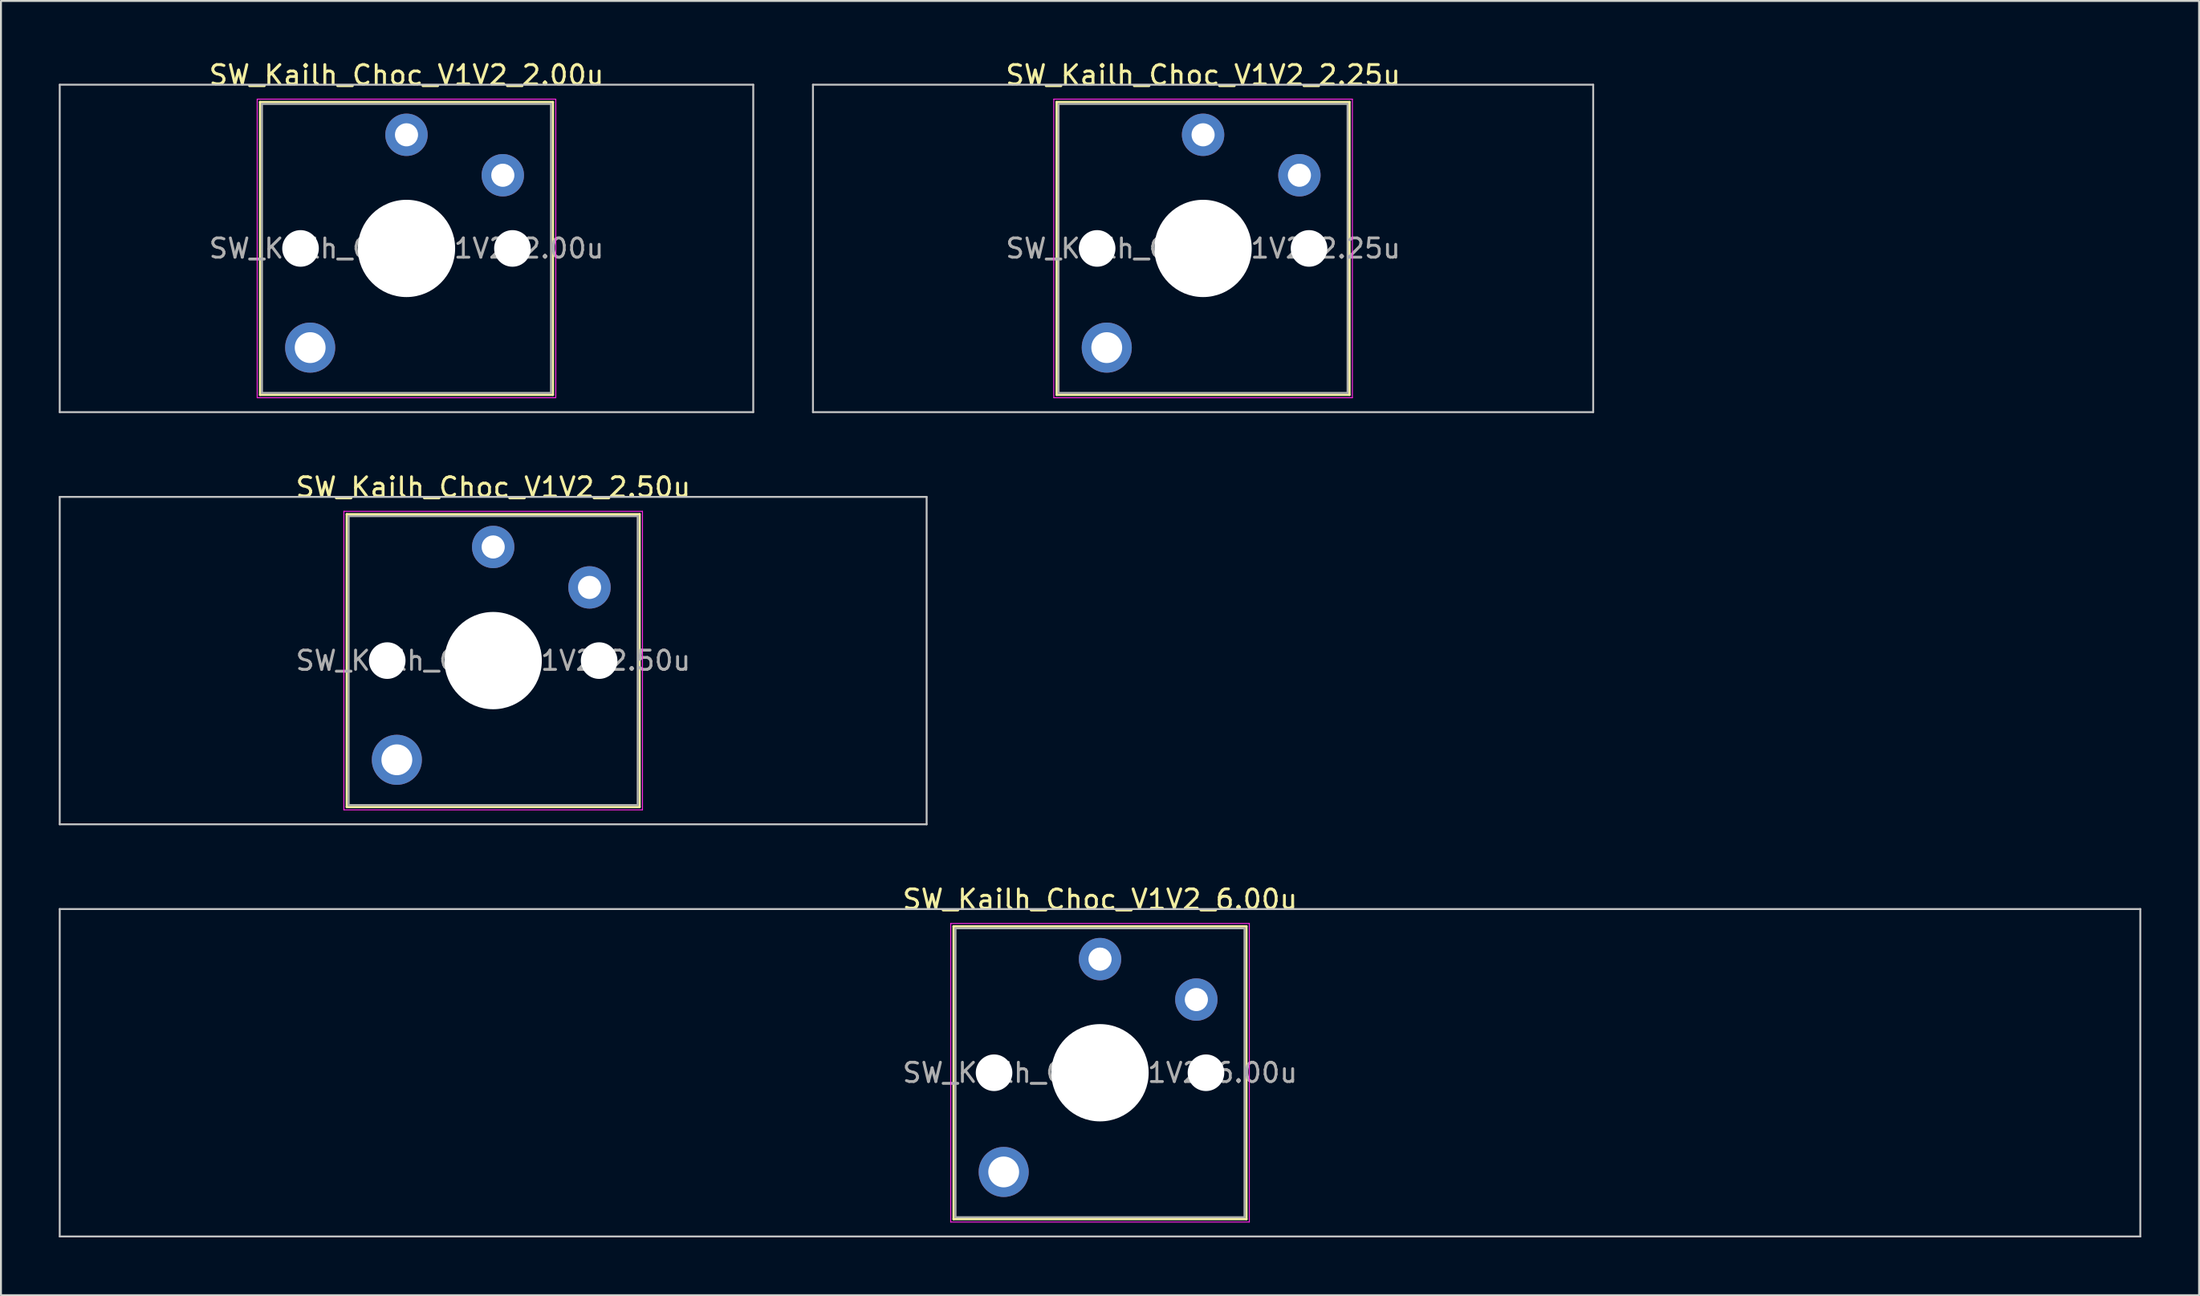
<source format=kicad_pcb>
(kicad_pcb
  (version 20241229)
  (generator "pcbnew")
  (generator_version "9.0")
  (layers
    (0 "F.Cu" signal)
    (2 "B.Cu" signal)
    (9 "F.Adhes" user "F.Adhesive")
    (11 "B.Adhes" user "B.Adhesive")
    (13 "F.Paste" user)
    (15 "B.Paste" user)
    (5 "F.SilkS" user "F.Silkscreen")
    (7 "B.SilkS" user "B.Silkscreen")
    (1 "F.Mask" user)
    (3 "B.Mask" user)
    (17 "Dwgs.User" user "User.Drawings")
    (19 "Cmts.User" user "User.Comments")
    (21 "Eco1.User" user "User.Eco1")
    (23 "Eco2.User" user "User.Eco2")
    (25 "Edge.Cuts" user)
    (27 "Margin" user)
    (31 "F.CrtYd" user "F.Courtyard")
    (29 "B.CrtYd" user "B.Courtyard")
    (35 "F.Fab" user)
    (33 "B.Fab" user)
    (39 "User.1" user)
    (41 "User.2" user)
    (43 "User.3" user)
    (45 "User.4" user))
  (footprint "SW_Kailh_Choc_V1V2_6.00u"
    (layer "F.Cu")
    (at 54.05 52.645)
    (property "Reference" "SW_Kailh_Choc_V1V2_6.00u" (at 0 -9 0) (layer "F.SilkS") (effects (font (size 1 1) (thickness 0.15))))
    (attr through_hole)
    (fp_line (start -7.6 -7.6) (end -7.6 7.6) (stroke (width 0.12) (type solid)) (layer "F.SilkS"))
    (fp_line (start -7.6 7.6) (end 7.6 7.6) (stroke (width 0.12) (type solid)) (layer "F.SilkS"))
    (fp_line (start 7.6 -7.6) (end -7.6 -7.6) (stroke (width 0.12) (type solid)) (layer "F.SilkS"))
    (fp_line (start 7.6 7.6) (end 7.6 -7.6) (stroke (width 0.12) (type solid)) (layer "F.SilkS"))
    (fp_line (start -54 -8.5) (end -54 8.5) (stroke (width 0.1) (type solid)) (layer "Dwgs.User"))
    (fp_line (start -54 8.5) (end 54 8.5) (stroke (width 0.1) (type solid)) (layer "Dwgs.User"))
    (fp_line (start 54 -8.5) (end -54 -8.5) (stroke (width 0.1) (type solid)) (layer "Dwgs.User"))
    (fp_line (start 54 8.5) (end 54 -8.5) (stroke (width 0.1) (type solid)) (layer "Dwgs.User"))
    (fp_line (start -7.25 -7.25) (end -7.25 7.25) (stroke (width 0.1) (type solid)) (layer "Eco1.User"))
    (fp_line (start -7.25 7.25) (end 7.25 7.25) (stroke (width 0.1) (type solid)) (layer "Eco1.User"))
    (fp_line (start 7.25 -7.25) (end -7.25 -7.25) (stroke (width 0.1) (type solid)) (layer "Eco1.User"))
    (fp_line (start 7.25 7.25) (end 7.25 -7.25) (stroke (width 0.1) (type solid)) (layer "Eco1.User"))
    (fp_line (start -7.75 -7.75) (end -7.75 7.75) (stroke (width 0.05) (type solid)) (layer "F.CrtYd"))
    (fp_line (start -7.75 7.75) (end 7.75 7.75) (stroke (width 0.05) (type solid)) (layer "F.CrtYd"))
    (fp_line (start 7.75 -7.75) (end -7.75 -7.75) (stroke (width 0.05) (type solid)) (layer "F.CrtYd"))
    (fp_line (start 7.75 7.75) (end 7.75 -7.75) (stroke (width 0.05) (type solid)) (layer "F.CrtYd"))
    (fp_line (start -7.5 -7.5) (end -7.5 7.5) (stroke (width 0.1) (type solid)) (layer "F.Fab"))
    (fp_line (start -7.5 7.5) (end 7.5 7.5) (stroke (width 0.1) (type solid)) (layer "F.Fab"))
    (fp_line (start 7.5 -7.5) (end -7.5 -7.5) (stroke (width 0.1) (type solid)) (layer "F.Fab"))
    (fp_line (start 7.5 7.5) (end 7.5 -7.5) (stroke (width 0.1) (type solid)) (layer "F.Fab"))
    (fp_text user "${REFERENCE}" (at 0 0 0) (layer "F.Fab") (effects (font (size 1 1) (thickness 0.15))))
    (pad "" np_thru_hole circle (at -5.5 0) (size 1.9 1.9) (drill 1.9) (layers "*.Cu" "*.Mask"))
    (pad "" thru_hole circle (at -5 5.15) (size 2.6 2.6) (drill 1.6) (layers "*.Cu" "*.Mask"))
    (pad "" np_thru_hole circle (at 0 0) (size 5.05 5.05) (drill 5.05) (layers "*.Cu" "*.Mask"))
    (pad "" np_thru_hole circle (at 5.5 0) (size 1.9 1.9) (drill 1.9) (layers "*.Cu" "*.Mask"))
    (pad "1" thru_hole circle (at 0 -5.9) (size 2.2 2.2) (drill 1.2) (layers "*.Cu" "*.Mask"))
    (pad "2" thru_hole circle (at 5 -3.8) (size 2.2 2.2) (drill 1.2) (layers "*.Cu" "*.Mask")))
  (footprint "SW_Kailh_Choc_V1V2_2.50u"
    (layer "F.Cu")
    (at 22.55 31.247)
    (property "Reference" "SW_Kailh_Choc_V1V2_2.50u" (at 0 -9 0) (layer "F.SilkS") (effects (font (size 1 1) (thickness 0.15))))
    (attr through_hole)
    (fp_line (start -7.6 -7.6) (end -7.6 7.6) (stroke (width 0.12) (type solid)) (layer "F.SilkS"))
    (fp_line (start -7.6 7.6) (end 7.6 7.6) (stroke (width 0.12) (type solid)) (layer "F.SilkS"))
    (fp_line (start 7.6 -7.6) (end -7.6 -7.6) (stroke (width 0.12) (type solid)) (layer "F.SilkS"))
    (fp_line (start 7.6 7.6) (end 7.6 -7.6) (stroke (width 0.12) (type solid)) (layer "F.SilkS"))
    (fp_line (start -22.5 -8.5) (end -22.5 8.5) (stroke (width 0.1) (type solid)) (layer "Dwgs.User"))
    (fp_line (start -22.5 8.5) (end 22.5 8.5) (stroke (width 0.1) (type solid)) (layer "Dwgs.User"))
    (fp_line (start 22.5 -8.5) (end -22.5 -8.5) (stroke (width 0.1) (type solid)) (layer "Dwgs.User"))
    (fp_line (start 22.5 8.5) (end 22.5 -8.5) (stroke (width 0.1) (type solid)) (layer "Dwgs.User"))
    (fp_line (start -7.25 -7.25) (end -7.25 7.25) (stroke (width 0.1) (type solid)) (layer "Eco1.User"))
    (fp_line (start -7.25 7.25) (end 7.25 7.25) (stroke (width 0.1) (type solid)) (layer "Eco1.User"))
    (fp_line (start 7.25 -7.25) (end -7.25 -7.25) (stroke (width 0.1) (type solid)) (layer "Eco1.User"))
    (fp_line (start 7.25 7.25) (end 7.25 -7.25) (stroke (width 0.1) (type solid)) (layer "Eco1.User"))
    (fp_line (start -7.75 -7.75) (end -7.75 7.75) (stroke (width 0.05) (type solid)) (layer "F.CrtYd"))
    (fp_line (start -7.75 7.75) (end 7.75 7.75) (stroke (width 0.05) (type solid)) (layer "F.CrtYd"))
    (fp_line (start 7.75 -7.75) (end -7.75 -7.75) (stroke (width 0.05) (type solid)) (layer "F.CrtYd"))
    (fp_line (start 7.75 7.75) (end 7.75 -7.75) (stroke (width 0.05) (type solid)) (layer "F.CrtYd"))
    (fp_line (start -7.5 -7.5) (end -7.5 7.5) (stroke (width 0.1) (type solid)) (layer "F.Fab"))
    (fp_line (start -7.5 7.5) (end 7.5 7.5) (stroke (width 0.1) (type solid)) (layer "F.Fab"))
    (fp_line (start 7.5 -7.5) (end -7.5 -7.5) (stroke (width 0.1) (type solid)) (layer "F.Fab"))
    (fp_line (start 7.5 7.5) (end 7.5 -7.5) (stroke (width 0.1) (type solid)) (layer "F.Fab"))
    (fp_text user "${REFERENCE}" (at 0 0 0) (layer "F.Fab") (effects (font (size 1 1) (thickness 0.15))))
    (pad "" np_thru_hole circle (at -5.5 0) (size 1.9 1.9) (drill 1.9) (layers "*.Cu" "*.Mask"))
    (pad "" thru_hole circle (at -5 5.15) (size 2.6 2.6) (drill 1.6) (layers "*.Cu" "*.Mask"))
    (pad "" np_thru_hole circle (at 0 0) (size 5.05 5.05) (drill 5.05) (layers "*.Cu" "*.Mask"))
    (pad "" np_thru_hole circle (at 5.5 0) (size 1.9 1.9) (drill 1.9) (layers "*.Cu" "*.Mask"))
    (pad "1" thru_hole circle (at 0 -5.9) (size 2.2 2.2) (drill 1.2) (layers "*.Cu" "*.Mask"))
    (pad "2" thru_hole circle (at 5 -3.8) (size 2.2 2.2) (drill 1.2) (layers "*.Cu" "*.Mask")))
  (footprint "SW_Kailh_Choc_V1V2_2.25u"
    (layer "F.Cu")
    (at 59.4 9.848)
    (property "Reference" "SW_Kailh_Choc_V1V2_2.25u" (at 0 -9 0) (layer "F.SilkS") (effects (font (size 1 1) (thickness 0.15))))
    (attr through_hole)
    (fp_line (start -7.6 -7.6) (end -7.6 7.6) (stroke (width 0.12) (type solid)) (layer "F.SilkS"))
    (fp_line (start -7.6 7.6) (end 7.6 7.6) (stroke (width 0.12) (type solid)) (layer "F.SilkS"))
    (fp_line (start 7.6 -7.6) (end -7.6 -7.6) (stroke (width 0.12) (type solid)) (layer "F.SilkS"))
    (fp_line (start 7.6 7.6) (end 7.6 -7.6) (stroke (width 0.12) (type solid)) (layer "F.SilkS"))
    (fp_line (start -20.25 -8.5) (end -20.25 8.5) (stroke (width 0.1) (type solid)) (layer "Dwgs.User"))
    (fp_line (start -20.25 8.5) (end 20.25 8.5) (stroke (width 0.1) (type solid)) (layer "Dwgs.User"))
    (fp_line (start 20.25 -8.5) (end -20.25 -8.5) (stroke (width 0.1) (type solid)) (layer "Dwgs.User"))
    (fp_line (start 20.25 8.5) (end 20.25 -8.5) (stroke (width 0.1) (type solid)) (layer "Dwgs.User"))
    (fp_line (start -7.25 -7.25) (end -7.25 7.25) (stroke (width 0.1) (type solid)) (layer "Eco1.User"))
    (fp_line (start -7.25 7.25) (end 7.25 7.25) (stroke (width 0.1) (type solid)) (layer "Eco1.User"))
    (fp_line (start 7.25 -7.25) (end -7.25 -7.25) (stroke (width 0.1) (type solid)) (layer "Eco1.User"))
    (fp_line (start 7.25 7.25) (end 7.25 -7.25) (stroke (width 0.1) (type solid)) (layer "Eco1.User"))
    (fp_line (start -7.75 -7.75) (end -7.75 7.75) (stroke (width 0.05) (type solid)) (layer "F.CrtYd"))
    (fp_line (start -7.75 7.75) (end 7.75 7.75) (stroke (width 0.05) (type solid)) (layer "F.CrtYd"))
    (fp_line (start 7.75 -7.75) (end -7.75 -7.75) (stroke (width 0.05) (type solid)) (layer "F.CrtYd"))
    (fp_line (start 7.75 7.75) (end 7.75 -7.75) (stroke (width 0.05) (type solid)) (layer "F.CrtYd"))
    (fp_line (start -7.5 -7.5) (end -7.5 7.5) (stroke (width 0.1) (type solid)) (layer "F.Fab"))
    (fp_line (start -7.5 7.5) (end 7.5 7.5) (stroke (width 0.1) (type solid)) (layer "F.Fab"))
    (fp_line (start 7.5 -7.5) (end -7.5 -7.5) (stroke (width 0.1) (type solid)) (layer "F.Fab"))
    (fp_line (start 7.5 7.5) (end 7.5 -7.5) (stroke (width 0.1) (type solid)) (layer "F.Fab"))
    (fp_text user "${REFERENCE}" (at 0 0 0) (layer "F.Fab") (effects (font (size 1 1) (thickness 0.15))))
    (pad "" np_thru_hole circle (at -5.5 0) (size 1.9 1.9) (drill 1.9) (layers "*.Cu" "*.Mask"))
    (pad "" thru_hole circle (at -5 5.15) (size 2.6 2.6) (drill 1.6) (layers "*.Cu" "*.Mask"))
    (pad "" np_thru_hole circle (at 0 0) (size 5.05 5.05) (drill 5.05) (layers "*.Cu" "*.Mask"))
    (pad "" np_thru_hole circle (at 5.5 0) (size 1.9 1.9) (drill 1.9) (layers "*.Cu" "*.Mask"))
    (pad "1" thru_hole circle (at 0 -5.9) (size 2.2 2.2) (drill 1.2) (layers "*.Cu" "*.Mask"))
    (pad "2" thru_hole circle (at 5 -3.8) (size 2.2 2.2) (drill 1.2) (layers "*.Cu" "*.Mask")))
  (footprint "SW_Kailh_Choc_V1V2_2.00u"
    (layer "F.Cu")
    (at 18.05 9.848)
    (property "Reference" "SW_Kailh_Choc_V1V2_2.00u" (at 0 -9 0) (layer "F.SilkS") (effects (font (size 1 1) (thickness 0.15))))
    (attr through_hole)
    (fp_line (start -7.6 -7.6) (end -7.6 7.6) (stroke (width 0.12) (type solid)) (layer "F.SilkS"))
    (fp_line (start -7.6 7.6) (end 7.6 7.6) (stroke (width 0.12) (type solid)) (layer "F.SilkS"))
    (fp_line (start 7.6 -7.6) (end -7.6 -7.6) (stroke (width 0.12) (type solid)) (layer "F.SilkS"))
    (fp_line (start 7.6 7.6) (end 7.6 -7.6) (stroke (width 0.12) (type solid)) (layer "F.SilkS"))
    (fp_line (start -18 -8.5) (end -18 8.5) (stroke (width 0.1) (type solid)) (layer "Dwgs.User"))
    (fp_line (start -18 8.5) (end 18 8.5) (stroke (width 0.1) (type solid)) (layer "Dwgs.User"))
    (fp_line (start 18 -8.5) (end -18 -8.5) (stroke (width 0.1) (type solid)) (layer "Dwgs.User"))
    (fp_line (start 18 8.5) (end 18 -8.5) (stroke (width 0.1) (type solid)) (layer "Dwgs.User"))
    (fp_line (start -7.25 -7.25) (end -7.25 7.25) (stroke (width 0.1) (type solid)) (layer "Eco1.User"))
    (fp_line (start -7.25 7.25) (end 7.25 7.25) (stroke (width 0.1) (type solid)) (layer "Eco1.User"))
    (fp_line (start 7.25 -7.25) (end -7.25 -7.25) (stroke (width 0.1) (type solid)) (layer "Eco1.User"))
    (fp_line (start 7.25 7.25) (end 7.25 -7.25) (stroke (width 0.1) (type solid)) (layer "Eco1.User"))
    (fp_line (start -7.75 -7.75) (end -7.75 7.75) (stroke (width 0.05) (type solid)) (layer "F.CrtYd"))
    (fp_line (start -7.75 7.75) (end 7.75 7.75) (stroke (width 0.05) (type solid)) (layer "F.CrtYd"))
    (fp_line (start 7.75 -7.75) (end -7.75 -7.75) (stroke (width 0.05) (type solid)) (layer "F.CrtYd"))
    (fp_line (start 7.75 7.75) (end 7.75 -7.75) (stroke (width 0.05) (type solid)) (layer "F.CrtYd"))
    (fp_line (start -7.5 -7.5) (end -7.5 7.5) (stroke (width 0.1) (type solid)) (layer "F.Fab"))
    (fp_line (start -7.5 7.5) (end 7.5 7.5) (stroke (width 0.1) (type solid)) (layer "F.Fab"))
    (fp_line (start 7.5 -7.5) (end -7.5 -7.5) (stroke (width 0.1) (type solid)) (layer "F.Fab"))
    (fp_line (start 7.5 7.5) (end 7.5 -7.5) (stroke (width 0.1) (type solid)) (layer "F.Fab"))
    (fp_text user "${REFERENCE}" (at 0 0 0) (layer "F.Fab") (effects (font (size 1 1) (thickness 0.15))))
    (pad "" np_thru_hole circle (at -5.5 0) (size 1.9 1.9) (drill 1.9) (layers "*.Cu" "*.Mask"))
    (pad "" thru_hole circle (at -5 5.15) (size 2.6 2.6) (drill 1.6) (layers "*.Cu" "*.Mask"))
    (pad "" np_thru_hole circle (at 0 0) (size 5.05 5.05) (drill 5.05) (layers "*.Cu" "*.Mask"))
    (pad "" np_thru_hole circle (at 5.5 0) (size 1.9 1.9) (drill 1.9) (layers "*.Cu" "*.Mask"))
    (pad "1" thru_hole circle (at 0 -5.9) (size 2.2 2.2) (drill 1.2) (layers "*.Cu" "*.Mask"))
    (pad "2" thru_hole circle (at 5 -3.8) (size 2.2 2.2) (drill 1.2) (layers "*.Cu" "*.Mask")))
  (gr_rect
    (start -3 -3)
    (end 111.1 64.195)
    (stroke (width 0.1) (type default))
    (fill no)
    (layer "Edge.Cuts")))
</source>
